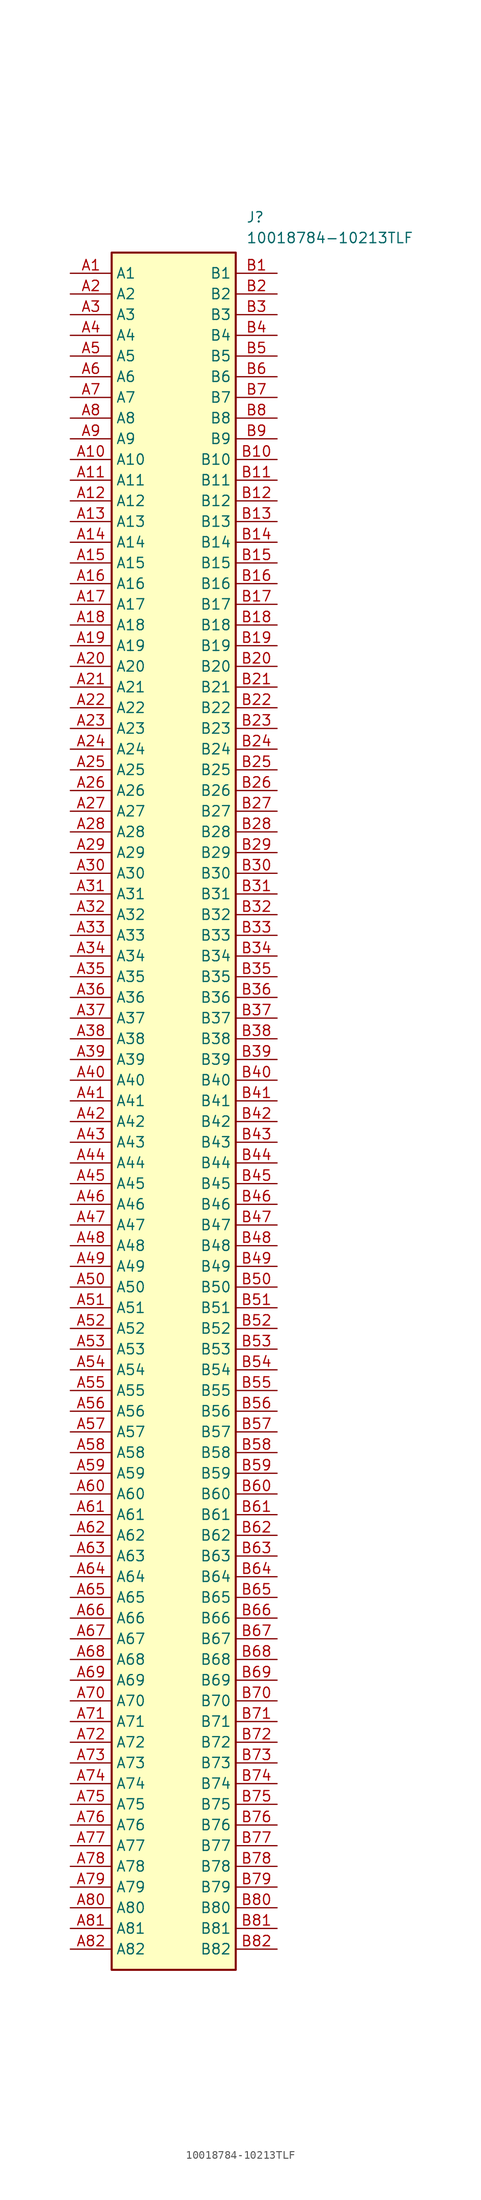
<source format=kicad_sym>
(kicad_symbol_lib
  (version 20211014)
  (generator SamacSys_ECAD_Model)
  (symbol "10018784-10213TLF"
    (property "Reference" "J"
      (at 21.59 7.62 0)
      (effects (font (size 1.27 1.27)) (justify left top)))
    (property "Value" "10018784-10213TLF"
      (at 21.59 5.08 0)
      (effects (font (size 1.27 1.27)) (justify left top)))
    (rectangle
      (start 5.08 2.54)
      (end 20.32 -208.28)
      (stroke (width 0.254) (type default))
      (fill (type background)))
    (pin passive line
      (at 0 0 0)
      (length 5.08)
      (name "A1" (effects (font (size 1.27 1.27))))
      (number "A1" (effects (font (size 1.27 1.27)))))
    (pin passive line
      (at 0 -2.54 0)
      (length 5.08)
      (name "A2" (effects (font (size 1.27 1.27))))
      (number "A2" (effects (font (size 1.27 1.27)))))
    (pin passive line
      (at 0 -5.08 0)
      (length 5.08)
      (name "A3" (effects (font (size 1.27 1.27))))
      (number "A3" (effects (font (size 1.27 1.27)))))
    (pin passive line
      (at 0 -7.62 0)
      (length 5.08)
      (name "A4" (effects (font (size 1.27 1.27))))
      (number "A4" (effects (font (size 1.27 1.27)))))
    (pin passive line
      (at 0 -10.16 0)
      (length 5.08)
      (name "A5" (effects (font (size 1.27 1.27))))
      (number "A5" (effects (font (size 1.27 1.27)))))
    (pin passive line
      (at 0 -12.7 0)
      (length 5.08)
      (name "A6" (effects (font (size 1.27 1.27))))
      (number "A6" (effects (font (size 1.27 1.27)))))
    (pin passive line
      (at 0 -15.24 0)
      (length 5.08)
      (name "A7" (effects (font (size 1.27 1.27))))
      (number "A7" (effects (font (size 1.27 1.27)))))
    (pin passive line
      (at 0 -17.78 0)
      (length 5.08)
      (name "A8" (effects (font (size 1.27 1.27))))
      (number "A8" (effects (font (size 1.27 1.27)))))
    (pin passive line
      (at 0 -20.32 0)
      (length 5.08)
      (name "A9" (effects (font (size 1.27 1.27))))
      (number "A9" (effects (font (size 1.27 1.27)))))
    (pin passive line
      (at 0 -22.86 0)
      (length 5.08)
      (name "A10" (effects (font (size 1.27 1.27))))
      (number "A10" (effects (font (size 1.27 1.27)))))
    (pin passive line
      (at 0 -25.4 0)
      (length 5.08)
      (name "A11" (effects (font (size 1.27 1.27))))
      (number "A11" (effects (font (size 1.27 1.27)))))
    (pin passive line
      (at 0 -27.94 0)
      (length 5.08)
      (name "A12" (effects (font (size 1.27 1.27))))
      (number "A12" (effects (font (size 1.27 1.27)))))
    (pin passive line
      (at 0 -30.48 0)
      (length 5.08)
      (name "A13" (effects (font (size 1.27 1.27))))
      (number "A13" (effects (font (size 1.27 1.27)))))
    (pin passive line
      (at 0 -33.02 0)
      (length 5.08)
      (name "A14" (effects (font (size 1.27 1.27))))
      (number "A14" (effects (font (size 1.27 1.27)))))
    (pin passive line
      (at 0 -35.56 0)
      (length 5.08)
      (name "A15" (effects (font (size 1.27 1.27))))
      (number "A15" (effects (font (size 1.27 1.27)))))
    (pin passive line
      (at 0 -38.1 0)
      (length 5.08)
      (name "A16" (effects (font (size 1.27 1.27))))
      (number "A16" (effects (font (size 1.27 1.27)))))
    (pin passive line
      (at 0 -40.64 0)
      (length 5.08)
      (name "A17" (effects (font (size 1.27 1.27))))
      (number "A17" (effects (font (size 1.27 1.27)))))
    (pin passive line
      (at 0 -43.18 0)
      (length 5.08)
      (name "A18" (effects (font (size 1.27 1.27))))
      (number "A18" (effects (font (size 1.27 1.27)))))
    (pin passive line
      (at 0 -45.72 0)
      (length 5.08)
      (name "A19" (effects (font (size 1.27 1.27))))
      (number "A19" (effects (font (size 1.27 1.27)))))
    (pin passive line
      (at 0 -48.26 0)
      (length 5.08)
      (name "A20" (effects (font (size 1.27 1.27))))
      (number "A20" (effects (font (size 1.27 1.27)))))
    (pin passive line
      (at 0 -50.8 0)
      (length 5.08)
      (name "A21" (effects (font (size 1.27 1.27))))
      (number "A21" (effects (font (size 1.27 1.27)))))
    (pin passive line
      (at 0 -53.34 0)
      (length 5.08)
      (name "A22" (effects (font (size 1.27 1.27))))
      (number "A22" (effects (font (size 1.27 1.27)))))
    (pin passive line
      (at 0 -55.88 0)
      (length 5.08)
      (name "A23" (effects (font (size 1.27 1.27))))
      (number "A23" (effects (font (size 1.27 1.27)))))
    (pin passive line
      (at 0 -58.42 0)
      (length 5.08)
      (name "A24" (effects (font (size 1.27 1.27))))
      (number "A24" (effects (font (size 1.27 1.27)))))
    (pin passive line
      (at 0 -60.96 0)
      (length 5.08)
      (name "A25" (effects (font (size 1.27 1.27))))
      (number "A25" (effects (font (size 1.27 1.27)))))
    (pin passive line
      (at 0 -63.5 0)
      (length 5.08)
      (name "A26" (effects (font (size 1.27 1.27))))
      (number "A26" (effects (font (size 1.27 1.27)))))
    (pin passive line
      (at 0 -66.04 0)
      (length 5.08)
      (name "A27" (effects (font (size 1.27 1.27))))
      (number "A27" (effects (font (size 1.27 1.27)))))
    (pin passive line
      (at 0 -68.58 0)
      (length 5.08)
      (name "A28" (effects (font (size 1.27 1.27))))
      (number "A28" (effects (font (size 1.27 1.27)))))
    (pin passive line
      (at 0 -71.12 0)
      (length 5.08)
      (name "A29" (effects (font (size 1.27 1.27))))
      (number "A29" (effects (font (size 1.27 1.27)))))
    (pin passive line
      (at 0 -73.66 0)
      (length 5.08)
      (name "A30" (effects (font (size 1.27 1.27))))
      (number "A30" (effects (font (size 1.27 1.27)))))
    (pin passive line
      (at 0 -76.2 0)
      (length 5.08)
      (name "A31" (effects (font (size 1.27 1.27))))
      (number "A31" (effects (font (size 1.27 1.27)))))
    (pin passive line
      (at 0 -78.74 0)
      (length 5.08)
      (name "A32" (effects (font (size 1.27 1.27))))
      (number "A32" (effects (font (size 1.27 1.27)))))
    (pin passive line
      (at 0 -81.28 0)
      (length 5.08)
      (name "A33" (effects (font (size 1.27 1.27))))
      (number "A33" (effects (font (size 1.27 1.27)))))
    (pin passive line
      (at 0 -83.82 0)
      (length 5.08)
      (name "A34" (effects (font (size 1.27 1.27))))
      (number "A34" (effects (font (size 1.27 1.27)))))
    (pin passive line
      (at 0 -86.36 0)
      (length 5.08)
      (name "A35" (effects (font (size 1.27 1.27))))
      (number "A35" (effects (font (size 1.27 1.27)))))
    (pin passive line
      (at 0 -88.9 0)
      (length 5.08)
      (name "A36" (effects (font (size 1.27 1.27))))
      (number "A36" (effects (font (size 1.27 1.27)))))
    (pin passive line
      (at 0 -91.44 0)
      (length 5.08)
      (name "A37" (effects (font (size 1.27 1.27))))
      (number "A37" (effects (font (size 1.27 1.27)))))
    (pin passive line
      (at 0 -93.98 0)
      (length 5.08)
      (name "A38" (effects (font (size 1.27 1.27))))
      (number "A38" (effects (font (size 1.27 1.27)))))
    (pin passive line
      (at 0 -96.52 0)
      (length 5.08)
      (name "A39" (effects (font (size 1.27 1.27))))
      (number "A39" (effects (font (size 1.27 1.27)))))
    (pin passive line
      (at 0 -99.06 0)
      (length 5.08)
      (name "A40" (effects (font (size 1.27 1.27))))
      (number "A40" (effects (font (size 1.27 1.27)))))
    (pin passive line
      (at 0 -101.6 0)
      (length 5.08)
      (name "A41" (effects (font (size 1.27 1.27))))
      (number "A41" (effects (font (size 1.27 1.27)))))
    (pin passive line
      (at 0 -104.14 0)
      (length 5.08)
      (name "A42" (effects (font (size 1.27 1.27))))
      (number "A42" (effects (font (size 1.27 1.27)))))
    (pin passive line
      (at 0 -106.68 0)
      (length 5.08)
      (name "A43" (effects (font (size 1.27 1.27))))
      (number "A43" (effects (font (size 1.27 1.27)))))
    (pin passive line
      (at 0 -109.22 0)
      (length 5.08)
      (name "A44" (effects (font (size 1.27 1.27))))
      (number "A44" (effects (font (size 1.27 1.27)))))
    (pin passive line
      (at 0 -111.76 0)
      (length 5.08)
      (name "A45" (effects (font (size 1.27 1.27))))
      (number "A45" (effects (font (size 1.27 1.27)))))
    (pin passive line
      (at 0 -114.3 0)
      (length 5.08)
      (name "A46" (effects (font (size 1.27 1.27))))
      (number "A46" (effects (font (size 1.27 1.27)))))
    (pin passive line
      (at 0 -116.84 0)
      (length 5.08)
      (name "A47" (effects (font (size 1.27 1.27))))
      (number "A47" (effects (font (size 1.27 1.27)))))
    (pin passive line
      (at 0 -119.38 0)
      (length 5.08)
      (name "A48" (effects (font (size 1.27 1.27))))
      (number "A48" (effects (font (size 1.27 1.27)))))
    (pin passive line
      (at 0 -121.92 0)
      (length 5.08)
      (name "A49" (effects (font (size 1.27 1.27))))
      (number "A49" (effects (font (size 1.27 1.27)))))
    (pin passive line
      (at 0 -124.46 0)
      (length 5.08)
      (name "A50" (effects (font (size 1.27 1.27))))
      (number "A50" (effects (font (size 1.27 1.27)))))
    (pin passive line
      (at 0 -127 0)
      (length 5.08)
      (name "A51" (effects (font (size 1.27 1.27))))
      (number "A51" (effects (font (size 1.27 1.27)))))
    (pin passive line
      (at 0 -129.54 0)
      (length 5.08)
      (name "A52" (effects (font (size 1.27 1.27))))
      (number "A52" (effects (font (size 1.27 1.27)))))
    (pin passive line
      (at 0 -132.08 0)
      (length 5.08)
      (name "A53" (effects (font (size 1.27 1.27))))
      (number "A53" (effects (font (size 1.27 1.27)))))
    (pin passive line
      (at 0 -134.62 0)
      (length 5.08)
      (name "A54" (effects (font (size 1.27 1.27))))
      (number "A54" (effects (font (size 1.27 1.27)))))
    (pin passive line
      (at 0 -137.16 0)
      (length 5.08)
      (name "A55" (effects (font (size 1.27 1.27))))
      (number "A55" (effects (font (size 1.27 1.27)))))
    (pin passive line
      (at 0 -139.7 0)
      (length 5.08)
      (name "A56" (effects (font (size 1.27 1.27))))
      (number "A56" (effects (font (size 1.27 1.27)))))
    (pin passive line
      (at 0 -142.24 0)
      (length 5.08)
      (name "A57" (effects (font (size 1.27 1.27))))
      (number "A57" (effects (font (size 1.27 1.27)))))
    (pin passive line
      (at 0 -144.78 0)
      (length 5.08)
      (name "A58" (effects (font (size 1.27 1.27))))
      (number "A58" (effects (font (size 1.27 1.27)))))
    (pin passive line
      (at 0 -147.32 0)
      (length 5.08)
      (name "A59" (effects (font (size 1.27 1.27))))
      (number "A59" (effects (font (size 1.27 1.27)))))
    (pin passive line
      (at 0 -149.86 0)
      (length 5.08)
      (name "A60" (effects (font (size 1.27 1.27))))
      (number "A60" (effects (font (size 1.27 1.27)))))
    (pin passive line
      (at 0 -152.4 0)
      (length 5.08)
      (name "A61" (effects (font (size 1.27 1.27))))
      (number "A61" (effects (font (size 1.27 1.27)))))
    (pin passive line
      (at 0 -154.94 0)
      (length 5.08)
      (name "A62" (effects (font (size 1.27 1.27))))
      (number "A62" (effects (font (size 1.27 1.27)))))
    (pin passive line
      (at 0 -157.48 0)
      (length 5.08)
      (name "A63" (effects (font (size 1.27 1.27))))
      (number "A63" (effects (font (size 1.27 1.27)))))
    (pin passive line
      (at 0 -160.02 0)
      (length 5.08)
      (name "A64" (effects (font (size 1.27 1.27))))
      (number "A64" (effects (font (size 1.27 1.27)))))
    (pin passive line
      (at 0 -162.56 0)
      (length 5.08)
      (name "A65" (effects (font (size 1.27 1.27))))
      (number "A65" (effects (font (size 1.27 1.27)))))
    (pin passive line
      (at 0 -165.1 0)
      (length 5.08)
      (name "A66" (effects (font (size 1.27 1.27))))
      (number "A66" (effects (font (size 1.27 1.27)))))
    (pin passive line
      (at 0 -167.64 0)
      (length 5.08)
      (name "A67" (effects (font (size 1.27 1.27))))
      (number "A67" (effects (font (size 1.27 1.27)))))
    (pin passive line
      (at 0 -170.18 0)
      (length 5.08)
      (name "A68" (effects (font (size 1.27 1.27))))
      (number "A68" (effects (font (size 1.27 1.27)))))
    (pin passive line
      (at 0 -172.72 0)
      (length 5.08)
      (name "A69" (effects (font (size 1.27 1.27))))
      (number "A69" (effects (font (size 1.27 1.27)))))
    (pin passive line
      (at 0 -175.26 0)
      (length 5.08)
      (name "A70" (effects (font (size 1.27 1.27))))
      (number "A70" (effects (font (size 1.27 1.27)))))
    (pin passive line
      (at 0 -177.8 0)
      (length 5.08)
      (name "A71" (effects (font (size 1.27 1.27))))
      (number "A71" (effects (font (size 1.27 1.27)))))
    (pin passive line
      (at 0 -180.34 0)
      (length 5.08)
      (name "A72" (effects (font (size 1.27 1.27))))
      (number "A72" (effects (font (size 1.27 1.27)))))
    (pin passive line
      (at 0 -182.88 0)
      (length 5.08)
      (name "A73" (effects (font (size 1.27 1.27))))
      (number "A73" (effects (font (size 1.27 1.27)))))
    (pin passive line
      (at 0 -185.42 0)
      (length 5.08)
      (name "A74" (effects (font (size 1.27 1.27))))
      (number "A74" (effects (font (size 1.27 1.27)))))
    (pin passive line
      (at 0 -187.96 0)
      (length 5.08)
      (name "A75" (effects (font (size 1.27 1.27))))
      (number "A75" (effects (font (size 1.27 1.27)))))
    (pin passive line
      (at 0 -190.5 0)
      (length 5.08)
      (name "A76" (effects (font (size 1.27 1.27))))
      (number "A76" (effects (font (size 1.27 1.27)))))
    (pin passive line
      (at 0 -193.04 0)
      (length 5.08)
      (name "A77" (effects (font (size 1.27 1.27))))
      (number "A77" (effects (font (size 1.27 1.27)))))
    (pin passive line
      (at 0 -195.58 0)
      (length 5.08)
      (name "A78" (effects (font (size 1.27 1.27))))
      (number "A78" (effects (font (size 1.27 1.27)))))
    (pin passive line
      (at 0 -198.12 0)
      (length 5.08)
      (name "A79" (effects (font (size 1.27 1.27))))
      (number "A79" (effects (font (size 1.27 1.27)))))
    (pin passive line
      (at 0 -200.66 0)
      (length 5.08)
      (name "A80" (effects (font (size 1.27 1.27))))
      (number "A80" (effects (font (size 1.27 1.27)))))
    (pin passive line
      (at 0 -203.2 0)
      (length 5.08)
      (name "A81" (effects (font (size 1.27 1.27))))
      (number "A81" (effects (font (size 1.27 1.27)))))
    (pin passive line
      (at 0 -205.74 0)
      (length 5.08)
      (name "A82" (effects (font (size 1.27 1.27))))
      (number "A82" (effects (font (size 1.27 1.27)))))
    (pin passive line
      (at 25.4 0 180)
      (length 5.08)
      (name "B1" (effects (font (size 1.27 1.27))))
      (number "B1" (effects (font (size 1.27 1.27)))))
    (pin passive line
      (at 25.4 -2.54 180)
      (length 5.08)
      (name "B2" (effects (font (size 1.27 1.27))))
      (number "B2" (effects (font (size 1.27 1.27)))))
    (pin passive line
      (at 25.4 -5.08 180)
      (length 5.08)
      (name "B3" (effects (font (size 1.27 1.27))))
      (number "B3" (effects (font (size 1.27 1.27)))))
    (pin passive line
      (at 25.4 -7.62 180)
      (length 5.08)
      (name "B4" (effects (font (size 1.27 1.27))))
      (number "B4" (effects (font (size 1.27 1.27)))))
    (pin passive line
      (at 25.4 -10.16 180)
      (length 5.08)
      (name "B5" (effects (font (size 1.27 1.27))))
      (number "B5" (effects (font (size 1.27 1.27)))))
    (pin passive line
      (at 25.4 -12.7 180)
      (length 5.08)
      (name "B6" (effects (font (size 1.27 1.27))))
      (number "B6" (effects (font (size 1.27 1.27)))))
    (pin passive line
      (at 25.4 -15.24 180)
      (length 5.08)
      (name "B7" (effects (font (size 1.27 1.27))))
      (number "B7" (effects (font (size 1.27 1.27)))))
    (pin passive line
      (at 25.4 -17.78 180)
      (length 5.08)
      (name "B8" (effects (font (size 1.27 1.27))))
      (number "B8" (effects (font (size 1.27 1.27)))))
    (pin passive line
      (at 25.4 -20.32 180)
      (length 5.08)
      (name "B9" (effects (font (size 1.27 1.27))))
      (number "B9" (effects (font (size 1.27 1.27)))))
    (pin passive line
      (at 25.4 -22.86 180)
      (length 5.08)
      (name "B10" (effects (font (size 1.27 1.27))))
      (number "B10" (effects (font (size 1.27 1.27)))))
    (pin passive line
      (at 25.4 -25.4 180)
      (length 5.08)
      (name "B11" (effects (font (size 1.27 1.27))))
      (number "B11" (effects (font (size 1.27 1.27)))))
    (pin passive line
      (at 25.4 -27.94 180)
      (length 5.08)
      (name "B12" (effects (font (size 1.27 1.27))))
      (number "B12" (effects (font (size 1.27 1.27)))))
    (pin passive line
      (at 25.4 -30.48 180)
      (length 5.08)
      (name "B13" (effects (font (size 1.27 1.27))))
      (number "B13" (effects (font (size 1.27 1.27)))))
    (pin passive line
      (at 25.4 -33.02 180)
      (length 5.08)
      (name "B14" (effects (font (size 1.27 1.27))))
      (number "B14" (effects (font (size 1.27 1.27)))))
    (pin passive line
      (at 25.4 -35.56 180)
      (length 5.08)
      (name "B15" (effects (font (size 1.27 1.27))))
      (number "B15" (effects (font (size 1.27 1.27)))))
    (pin passive line
      (at 25.4 -38.1 180)
      (length 5.08)
      (name "B16" (effects (font (size 1.27 1.27))))
      (number "B16" (effects (font (size 1.27 1.27)))))
    (pin passive line
      (at 25.4 -40.64 180)
      (length 5.08)
      (name "B17" (effects (font (size 1.27 1.27))))
      (number "B17" (effects (font (size 1.27 1.27)))))
    (pin passive line
      (at 25.4 -43.18 180)
      (length 5.08)
      (name "B18" (effects (font (size 1.27 1.27))))
      (number "B18" (effects (font (size 1.27 1.27)))))
    (pin passive line
      (at 25.4 -45.72 180)
      (length 5.08)
      (name "B19" (effects (font (size 1.27 1.27))))
      (number "B19" (effects (font (size 1.27 1.27)))))
    (pin passive line
      (at 25.4 -48.26 180)
      (length 5.08)
      (name "B20" (effects (font (size 1.27 1.27))))
      (number "B20" (effects (font (size 1.27 1.27)))))
    (pin passive line
      (at 25.4 -50.8 180)
      (length 5.08)
      (name "B21" (effects (font (size 1.27 1.27))))
      (number "B21" (effects (font (size 1.27 1.27)))))
    (pin passive line
      (at 25.4 -53.34 180)
      (length 5.08)
      (name "B22" (effects (font (size 1.27 1.27))))
      (number "B22" (effects (font (size 1.27 1.27)))))
    (pin passive line
      (at 25.4 -55.88 180)
      (length 5.08)
      (name "B23" (effects (font (size 1.27 1.27))))
      (number "B23" (effects (font (size 1.27 1.27)))))
    (pin passive line
      (at 25.4 -58.42 180)
      (length 5.08)
      (name "B24" (effects (font (size 1.27 1.27))))
      (number "B24" (effects (font (size 1.27 1.27)))))
    (pin passive line
      (at 25.4 -60.96 180)
      (length 5.08)
      (name "B25" (effects (font (size 1.27 1.27))))
      (number "B25" (effects (font (size 1.27 1.27)))))
    (pin passive line
      (at 25.4 -63.5 180)
      (length 5.08)
      (name "B26" (effects (font (size 1.27 1.27))))
      (number "B26" (effects (font (size 1.27 1.27)))))
    (pin passive line
      (at 25.4 -66.04 180)
      (length 5.08)
      (name "B27" (effects (font (size 1.27 1.27))))
      (number "B27" (effects (font (size 1.27 1.27)))))
    (pin passive line
      (at 25.4 -68.58 180)
      (length 5.08)
      (name "B28" (effects (font (size 1.27 1.27))))
      (number "B28" (effects (font (size 1.27 1.27)))))
    (pin passive line
      (at 25.4 -71.12 180)
      (length 5.08)
      (name "B29" (effects (font (size 1.27 1.27))))
      (number "B29" (effects (font (size 1.27 1.27)))))
    (pin passive line
      (at 25.4 -73.66 180)
      (length 5.08)
      (name "B30" (effects (font (size 1.27 1.27))))
      (number "B30" (effects (font (size 1.27 1.27)))))
    (pin passive line
      (at 25.4 -76.2 180)
      (length 5.08)
      (name "B31" (effects (font (size 1.27 1.27))))
      (number "B31" (effects (font (size 1.27 1.27)))))
    (pin passive line
      (at 25.4 -78.74 180)
      (length 5.08)
      (name "B32" (effects (font (size 1.27 1.27))))
      (number "B32" (effects (font (size 1.27 1.27)))))
    (pin passive line
      (at 25.4 -81.28 180)
      (length 5.08)
      (name "B33" (effects (font (size 1.27 1.27))))
      (number "B33" (effects (font (size 1.27 1.27)))))
    (pin passive line
      (at 25.4 -83.82 180)
      (length 5.08)
      (name "B34" (effects (font (size 1.27 1.27))))
      (number "B34" (effects (font (size 1.27 1.27)))))
    (pin passive line
      (at 25.4 -86.36 180)
      (length 5.08)
      (name "B35" (effects (font (size 1.27 1.27))))
      (number "B35" (effects (font (size 1.27 1.27)))))
    (pin passive line
      (at 25.4 -88.9 180)
      (length 5.08)
      (name "B36" (effects (font (size 1.27 1.27))))
      (number "B36" (effects (font (size 1.27 1.27)))))
    (pin passive line
      (at 25.4 -91.44 180)
      (length 5.08)
      (name "B37" (effects (font (size 1.27 1.27))))
      (number "B37" (effects (font (size 1.27 1.27)))))
    (pin passive line
      (at 25.4 -93.98 180)
      (length 5.08)
      (name "B38" (effects (font (size 1.27 1.27))))
      (number "B38" (effects (font (size 1.27 1.27)))))
    (pin passive line
      (at 25.4 -96.52 180)
      (length 5.08)
      (name "B39" (effects (font (size 1.27 1.27))))
      (number "B39" (effects (font (size 1.27 1.27)))))
    (pin passive line
      (at 25.4 -99.06 180)
      (length 5.08)
      (name "B40" (effects (font (size 1.27 1.27))))
      (number "B40" (effects (font (size 1.27 1.27)))))
    (pin passive line
      (at 25.4 -101.6 180)
      (length 5.08)
      (name "B41" (effects (font (size 1.27 1.27))))
      (number "B41" (effects (font (size 1.27 1.27)))))
    (pin passive line
      (at 25.4 -104.14 180)
      (length 5.08)
      (name "B42" (effects (font (size 1.27 1.27))))
      (number "B42" (effects (font (size 1.27 1.27)))))
    (pin passive line
      (at 25.4 -106.68 180)
      (length 5.08)
      (name "B43" (effects (font (size 1.27 1.27))))
      (number "B43" (effects (font (size 1.27 1.27)))))
    (pin passive line
      (at 25.4 -109.22 180)
      (length 5.08)
      (name "B44" (effects (font (size 1.27 1.27))))
      (number "B44" (effects (font (size 1.27 1.27)))))
    (pin passive line
      (at 25.4 -111.76 180)
      (length 5.08)
      (name "B45" (effects (font (size 1.27 1.27))))
      (number "B45" (effects (font (size 1.27 1.27)))))
    (pin passive line
      (at 25.4 -114.3 180)
      (length 5.08)
      (name "B46" (effects (font (size 1.27 1.27))))
      (number "B46" (effects (font (size 1.27 1.27)))))
    (pin passive line
      (at 25.4 -116.84 180)
      (length 5.08)
      (name "B47" (effects (font (size 1.27 1.27))))
      (number "B47" (effects (font (size 1.27 1.27)))))
    (pin passive line
      (at 25.4 -119.38 180)
      (length 5.08)
      (name "B48" (effects (font (size 1.27 1.27))))
      (number "B48" (effects (font (size 1.27 1.27)))))
    (pin passive line
      (at 25.4 -121.92 180)
      (length 5.08)
      (name "B49" (effects (font (size 1.27 1.27))))
      (number "B49" (effects (font (size 1.27 1.27)))))
    (pin passive line
      (at 25.4 -124.46 180)
      (length 5.08)
      (name "B50" (effects (font (size 1.27 1.27))))
      (number "B50" (effects (font (size 1.27 1.27)))))
    (pin passive line
      (at 25.4 -127 180)
      (length 5.08)
      (name "B51" (effects (font (size 1.27 1.27))))
      (number "B51" (effects (font (size 1.27 1.27)))))
    (pin passive line
      (at 25.4 -129.54 180)
      (length 5.08)
      (name "B52" (effects (font (size 1.27 1.27))))
      (number "B52" (effects (font (size 1.27 1.27)))))
    (pin passive line
      (at 25.4 -132.08 180)
      (length 5.08)
      (name "B53" (effects (font (size 1.27 1.27))))
      (number "B53" (effects (font (size 1.27 1.27)))))
    (pin passive line
      (at 25.4 -134.62 180)
      (length 5.08)
      (name "B54" (effects (font (size 1.27 1.27))))
      (number "B54" (effects (font (size 1.27 1.27)))))
    (pin passive line
      (at 25.4 -137.16 180)
      (length 5.08)
      (name "B55" (effects (font (size 1.27 1.27))))
      (number "B55" (effects (font (size 1.27 1.27)))))
    (pin passive line
      (at 25.4 -139.7 180)
      (length 5.08)
      (name "B56" (effects (font (size 1.27 1.27))))
      (number "B56" (effects (font (size 1.27 1.27)))))
    (pin passive line
      (at 25.4 -142.24 180)
      (length 5.08)
      (name "B57" (effects (font (size 1.27 1.27))))
      (number "B57" (effects (font (size 1.27 1.27)))))
    (pin passive line
      (at 25.4 -144.78 180)
      (length 5.08)
      (name "B58" (effects (font (size 1.27 1.27))))
      (number "B58" (effects (font (size 1.27 1.27)))))
    (pin passive line
      (at 25.4 -147.32 180)
      (length 5.08)
      (name "B59" (effects (font (size 1.27 1.27))))
      (number "B59" (effects (font (size 1.27 1.27)))))
    (pin passive line
      (at 25.4 -149.86 180)
      (length 5.08)
      (name "B60" (effects (font (size 1.27 1.27))))
      (number "B60" (effects (font (size 1.27 1.27)))))
    (pin passive line
      (at 25.4 -152.4 180)
      (length 5.08)
      (name "B61" (effects (font (size 1.27 1.27))))
      (number "B61" (effects (font (size 1.27 1.27)))))
    (pin passive line
      (at 25.4 -154.94 180)
      (length 5.08)
      (name "B62" (effects (font (size 1.27 1.27))))
      (number "B62" (effects (font (size 1.27 1.27)))))
    (pin passive line
      (at 25.4 -157.48 180)
      (length 5.08)
      (name "B63" (effects (font (size 1.27 1.27))))
      (number "B63" (effects (font (size 1.27 1.27)))))
    (pin passive line
      (at 25.4 -160.02 180)
      (length 5.08)
      (name "B64" (effects (font (size 1.27 1.27))))
      (number "B64" (effects (font (size 1.27 1.27)))))
    (pin passive line
      (at 25.4 -162.56 180)
      (length 5.08)
      (name "B65" (effects (font (size 1.27 1.27))))
      (number "B65" (effects (font (size 1.27 1.27)))))
    (pin passive line
      (at 25.4 -165.1 180)
      (length 5.08)
      (name "B66" (effects (font (size 1.27 1.27))))
      (number "B66" (effects (font (size 1.27 1.27)))))
    (pin passive line
      (at 25.4 -167.64 180)
      (length 5.08)
      (name "B67" (effects (font (size 1.27 1.27))))
      (number "B67" (effects (font (size 1.27 1.27)))))
    (pin passive line
      (at 25.4 -170.18 180)
      (length 5.08)
      (name "B68" (effects (font (size 1.27 1.27))))
      (number "B68" (effects (font (size 1.27 1.27)))))
    (pin passive line
      (at 25.4 -172.72 180)
      (length 5.08)
      (name "B69" (effects (font (size 1.27 1.27))))
      (number "B69" (effects (font (size 1.27 1.27)))))
    (pin passive line
      (at 25.4 -175.26 180)
      (length 5.08)
      (name "B70" (effects (font (size 1.27 1.27))))
      (number "B70" (effects (font (size 1.27 1.27)))))
    (pin passive line
      (at 25.4 -177.8 180)
      (length 5.08)
      (name "B71" (effects (font (size 1.27 1.27))))
      (number "B71" (effects (font (size 1.27 1.27)))))
    (pin passive line
      (at 25.4 -180.34 180)
      (length 5.08)
      (name "B72" (effects (font (size 1.27 1.27))))
      (number "B72" (effects (font (size 1.27 1.27)))))
    (pin passive line
      (at 25.4 -182.88 180)
      (length 5.08)
      (name "B73" (effects (font (size 1.27 1.27))))
      (number "B73" (effects (font (size 1.27 1.27)))))
    (pin passive line
      (at 25.4 -185.42 180)
      (length 5.08)
      (name "B74" (effects (font (size 1.27 1.27))))
      (number "B74" (effects (font (size 1.27 1.27)))))
    (pin passive line
      (at 25.4 -187.96 180)
      (length 5.08)
      (name "B75" (effects (font (size 1.27 1.27))))
      (number "B75" (effects (font (size 1.27 1.27)))))
    (pin passive line
      (at 25.4 -190.5 180)
      (length 5.08)
      (name "B76" (effects (font (size 1.27 1.27))))
      (number "B76" (effects (font (size 1.27 1.27)))))
    (pin passive line
      (at 25.4 -193.04 180)
      (length 5.08)
      (name "B77" (effects (font (size 1.27 1.27))))
      (number "B77" (effects (font (size 1.27 1.27)))))
    (pin passive line
      (at 25.4 -195.58 180)
      (length 5.08)
      (name "B78" (effects (font (size 1.27 1.27))))
      (number "B78" (effects (font (size 1.27 1.27)))))
    (pin passive line
      (at 25.4 -198.12 180)
      (length 5.08)
      (name "B79" (effects (font (size 1.27 1.27))))
      (number "B79" (effects (font (size 1.27 1.27)))))
    (pin passive line
      (at 25.4 -200.66 180)
      (length 5.08)
      (name "B80" (effects (font (size 1.27 1.27))))
      (number "B80" (effects (font (size 1.27 1.27)))))
    (pin passive line
      (at 25.4 -203.2 180)
      (length 5.08)
      (name "B81" (effects (font (size 1.27 1.27))))
      (number "B81" (effects (font (size 1.27 1.27)))))
    (pin passive line
      (at 25.4 -205.74 180)
      (length 5.08)
      (name "B82" (effects (font (size 1.27 1.27))))
      (number "B82" (effects (font (size 1.27 1.27)))))))
</source>
